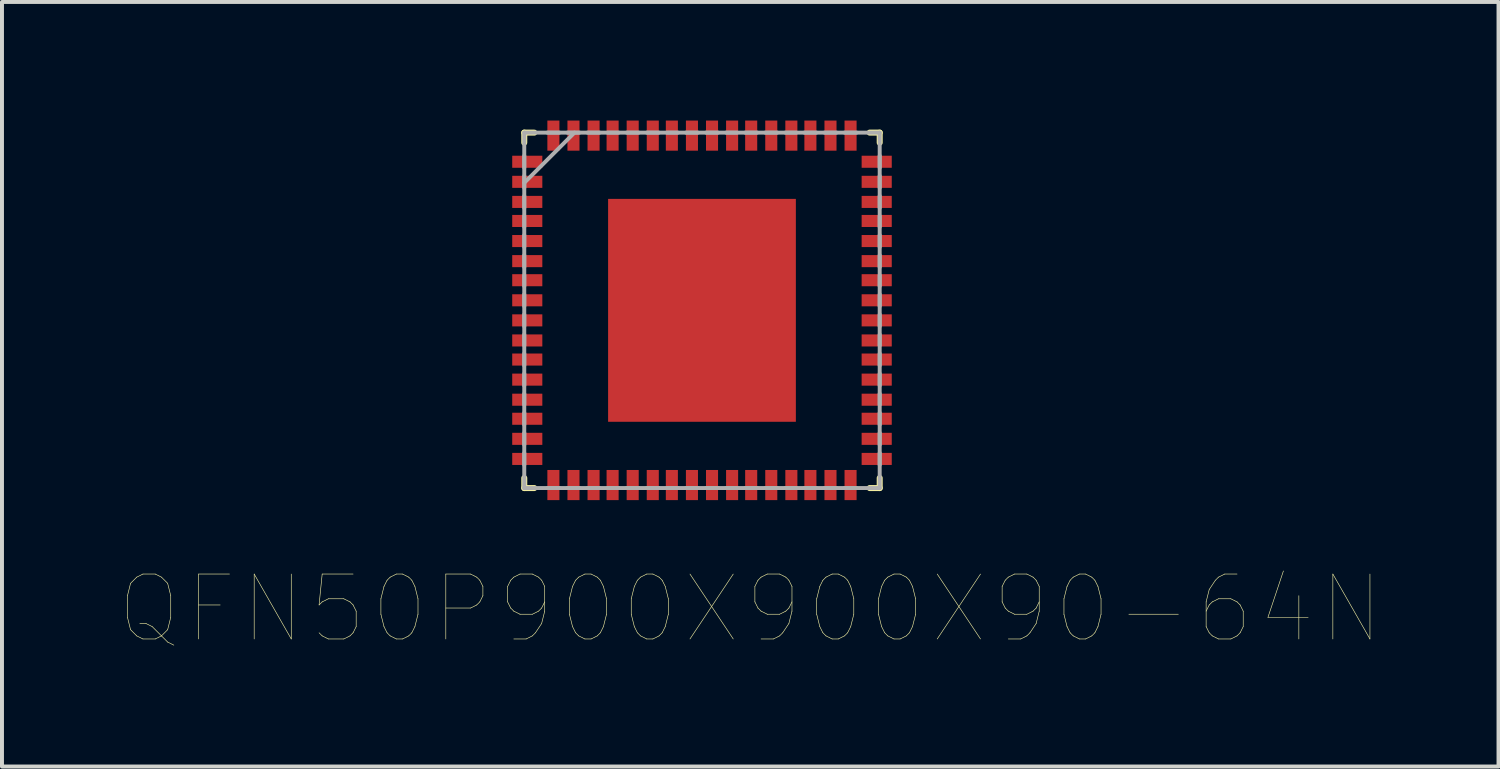
<source format=kicad_pcb>
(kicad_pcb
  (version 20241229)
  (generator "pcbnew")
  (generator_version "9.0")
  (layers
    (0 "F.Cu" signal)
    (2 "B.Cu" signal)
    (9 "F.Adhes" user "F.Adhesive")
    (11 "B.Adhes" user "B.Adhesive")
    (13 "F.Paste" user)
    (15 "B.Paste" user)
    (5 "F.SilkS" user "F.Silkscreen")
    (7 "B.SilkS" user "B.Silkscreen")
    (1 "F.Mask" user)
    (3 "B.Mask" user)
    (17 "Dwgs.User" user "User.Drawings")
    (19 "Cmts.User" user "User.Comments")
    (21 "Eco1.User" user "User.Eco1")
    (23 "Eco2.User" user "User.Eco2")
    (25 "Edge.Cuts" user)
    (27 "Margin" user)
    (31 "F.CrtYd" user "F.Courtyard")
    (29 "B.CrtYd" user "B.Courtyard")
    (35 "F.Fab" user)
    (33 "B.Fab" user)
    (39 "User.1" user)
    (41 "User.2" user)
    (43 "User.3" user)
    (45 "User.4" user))
  (footprint "QFN50P900X900X90-64N"
    (layer "F.Cu")
    (at 14.709 4.801)
    (property "Reference" "QFN50P900X900X90-64N" (at 1.221 7.555 0) (layer "F.SilkS") (effects (font (size 1.642 1.642) (thickness 0.015))))
    (attr through_hole)
    (fp_line (start -4.496 -4.496) (end -4.496 -4.242) (stroke (width 0.152) (type solid)) (layer "F.SilkS"))
    (fp_line (start -4.496 4.242) (end -4.496 4.496) (stroke (width 0.152) (type solid)) (layer "F.SilkS"))
    (fp_line (start -4.496 4.496) (end -4.242 4.496) (stroke (width 0.152) (type solid)) (layer "F.SilkS"))
    (fp_line (start -4.242 -4.496) (end -4.496 -4.496) (stroke (width 0.152) (type solid)) (layer "F.SilkS"))
    (fp_line (start 4.242 4.496) (end 4.496 4.496) (stroke (width 0.152) (type solid)) (layer "F.SilkS"))
    (fp_line (start 4.496 -4.496) (end 4.242 -4.496) (stroke (width 0.152) (type solid)) (layer "F.SilkS"))
    (fp_line (start 4.496 -4.242) (end 4.496 -4.496) (stroke (width 0.152) (type solid)) (layer "F.SilkS"))
    (fp_line (start 4.496 4.496) (end 4.496 4.242) (stroke (width 0.152) (type solid)) (layer "F.SilkS"))
    (fp_line (start -4.496 -4.496) (end -4.496 4.496) (stroke (width 0.1) (type solid)) (layer "F.Fab"))
    (fp_line (start -4.496 -3.912) (end -4.496 -3.607) (stroke (width 0.1) (type solid)) (layer "F.Fab"))
    (fp_line (start -4.496 -3.404) (end -4.496 -3.099) (stroke (width 0.1) (type solid)) (layer "F.Fab"))
    (fp_line (start -4.496 -3.226) (end -3.226 -4.496) (stroke (width 0.1) (type solid)) (layer "F.Fab"))
    (fp_line (start -4.496 -2.896) (end -4.496 -2.591) (stroke (width 0.1) (type solid)) (layer "F.Fab"))
    (fp_line (start -4.496 -2.388) (end -4.496 -2.108) (stroke (width 0.1) (type solid)) (layer "F.Fab"))
    (fp_line (start -4.496 -1.905) (end -4.496 -1.6) (stroke (width 0.1) (type solid)) (layer "F.Fab"))
    (fp_line (start -4.496 -1.397) (end -4.496 -1.092) (stroke (width 0.1) (type solid)) (layer "F.Fab"))
    (fp_line (start -4.496 -0.889) (end -4.496 -0.61) (stroke (width 0.1) (type solid)) (layer "F.Fab"))
    (fp_line (start -4.496 -0.406) (end -4.496 -0.102) (stroke (width 0.1) (type solid)) (layer "F.Fab"))
    (fp_line (start -4.496 0.102) (end -4.496 0.406) (stroke (width 0.1) (type solid)) (layer "F.Fab"))
    (fp_line (start -4.496 0.61) (end -4.496 0.889) (stroke (width 0.1) (type solid)) (layer "F.Fab"))
    (fp_line (start -4.496 1.092) (end -4.496 1.397) (stroke (width 0.1) (type solid)) (layer "F.Fab"))
    (fp_line (start -4.496 1.6) (end -4.496 1.905) (stroke (width 0.1) (type solid)) (layer "F.Fab"))
    (fp_line (start -4.496 2.108) (end -4.496 2.388) (stroke (width 0.1) (type solid)) (layer "F.Fab"))
    (fp_line (start -4.496 2.591) (end -4.496 2.896) (stroke (width 0.1) (type solid)) (layer "F.Fab"))
    (fp_line (start -4.496 3.099) (end -4.496 3.404) (stroke (width 0.1) (type solid)) (layer "F.Fab"))
    (fp_line (start -4.496 3.607) (end -4.496 3.912) (stroke (width 0.1) (type solid)) (layer "F.Fab"))
    (fp_line (start -4.496 4.496) (end 4.496 4.496) (stroke (width 0.1) (type solid)) (layer "F.Fab"))
    (fp_line (start -3.912 4.496) (end -3.607 4.496) (stroke (width 0.1) (type solid)) (layer "F.Fab"))
    (fp_line (start -3.607 -4.496) (end -3.912 -4.496) (stroke (width 0.1) (type solid)) (layer "F.Fab"))
    (fp_line (start -3.404 4.496) (end -3.099 4.496) (stroke (width 0.1) (type solid)) (layer "F.Fab"))
    (fp_line (start -3.099 -4.496) (end -3.404 -4.496) (stroke (width 0.1) (type solid)) (layer "F.Fab"))
    (fp_line (start -2.896 4.496) (end -2.591 4.496) (stroke (width 0.1) (type solid)) (layer "F.Fab"))
    (fp_line (start -2.591 -4.496) (end -2.896 -4.496) (stroke (width 0.1) (type solid)) (layer "F.Fab"))
    (fp_line (start -2.388 4.496) (end -2.108 4.496) (stroke (width 0.1) (type solid)) (layer "F.Fab"))
    (fp_line (start -2.108 -4.496) (end -2.388 -4.496) (stroke (width 0.1) (type solid)) (layer "F.Fab"))
    (fp_line (start -1.905 4.496) (end -1.6 4.496) (stroke (width 0.1) (type solid)) (layer "F.Fab"))
    (fp_line (start -1.6 -4.496) (end -1.905 -4.496) (stroke (width 0.1) (type solid)) (layer "F.Fab"))
    (fp_line (start -1.397 4.496) (end -1.092 4.496) (stroke (width 0.1) (type solid)) (layer "F.Fab"))
    (fp_line (start -1.092 -4.496) (end -1.397 -4.496) (stroke (width 0.1) (type solid)) (layer "F.Fab"))
    (fp_line (start -0.889 4.496) (end -0.61 4.496) (stroke (width 0.1) (type solid)) (layer "F.Fab"))
    (fp_line (start -0.61 -4.496) (end -0.889 -4.496) (stroke (width 0.1) (type solid)) (layer "F.Fab"))
    (fp_line (start -0.406 4.496) (end -0.102 4.496) (stroke (width 0.1) (type solid)) (layer "F.Fab"))
    (fp_line (start -0.102 -4.496) (end -0.406 -4.496) (stroke (width 0.1) (type solid)) (layer "F.Fab"))
    (fp_line (start 0.102 4.496) (end 0.406 4.496) (stroke (width 0.1) (type solid)) (layer "F.Fab"))
    (fp_line (start 0.406 -4.496) (end 0.102 -4.496) (stroke (width 0.1) (type solid)) (layer "F.Fab"))
    (fp_line (start 0.61 4.496) (end 0.889 4.496) (stroke (width 0.1) (type solid)) (layer "F.Fab"))
    (fp_line (start 0.889 -4.496) (end 0.61 -4.496) (stroke (width 0.1) (type solid)) (layer "F.Fab"))
    (fp_line (start 1.092 4.496) (end 1.397 4.496) (stroke (width 0.1) (type solid)) (layer "F.Fab"))
    (fp_line (start 1.397 -4.496) (end 1.092 -4.496) (stroke (width 0.1) (type solid)) (layer "F.Fab"))
    (fp_line (start 1.6 4.496) (end 1.905 4.496) (stroke (width 0.1) (type solid)) (layer "F.Fab"))
    (fp_line (start 1.905 -4.496) (end 1.6 -4.496) (stroke (width 0.1) (type solid)) (layer "F.Fab"))
    (fp_line (start 2.108 4.496) (end 2.388 4.496) (stroke (width 0.1) (type solid)) (layer "F.Fab"))
    (fp_line (start 2.388 -4.496) (end 2.108 -4.496) (stroke (width 0.1) (type solid)) (layer "F.Fab"))
    (fp_line (start 2.591 4.496) (end 2.896 4.496) (stroke (width 0.1) (type solid)) (layer "F.Fab"))
    (fp_line (start 2.896 -4.496) (end 2.591 -4.496) (stroke (width 0.1) (type solid)) (layer "F.Fab"))
    (fp_line (start 3.099 4.496) (end 3.404 4.496) (stroke (width 0.1) (type solid)) (layer "F.Fab"))
    (fp_line (start 3.404 -4.496) (end 3.099 -4.496) (stroke (width 0.1) (type solid)) (layer "F.Fab"))
    (fp_line (start 3.607 4.496) (end 3.912 4.496) (stroke (width 0.1) (type solid)) (layer "F.Fab"))
    (fp_line (start 3.912 -4.496) (end 3.607 -4.496) (stroke (width 0.1) (type solid)) (layer "F.Fab"))
    (fp_line (start 4.496 -4.496) (end -4.496 -4.496) (stroke (width 0.1) (type solid)) (layer "F.Fab"))
    (fp_line (start 4.496 -3.607) (end 4.496 -3.912) (stroke (width 0.1) (type solid)) (layer "F.Fab"))
    (fp_line (start 4.496 -3.099) (end 4.496 -3.404) (stroke (width 0.1) (type solid)) (layer "F.Fab"))
    (fp_line (start 4.496 -2.591) (end 4.496 -2.896) (stroke (width 0.1) (type solid)) (layer "F.Fab"))
    (fp_line (start 4.496 -2.108) (end 4.496 -2.388) (stroke (width 0.1) (type solid)) (layer "F.Fab"))
    (fp_line (start 4.496 -1.6) (end 4.496 -1.905) (stroke (width 0.1) (type solid)) (layer "F.Fab"))
    (fp_line (start 4.496 -1.092) (end 4.496 -1.397) (stroke (width 0.1) (type solid)) (layer "F.Fab"))
    (fp_line (start 4.496 -0.61) (end 4.496 -0.889) (stroke (width 0.1) (type solid)) (layer "F.Fab"))
    (fp_line (start 4.496 -0.102) (end 4.496 -0.406) (stroke (width 0.1) (type solid)) (layer "F.Fab"))
    (fp_line (start 4.496 0.406) (end 4.496 0.102) (stroke (width 0.1) (type solid)) (layer "F.Fab"))
    (fp_line (start 4.496 0.889) (end 4.496 0.61) (stroke (width 0.1) (type solid)) (layer "F.Fab"))
    (fp_line (start 4.496 1.397) (end 4.496 1.092) (stroke (width 0.1) (type solid)) (layer "F.Fab"))
    (fp_line (start 4.496 1.905) (end 4.496 1.6) (stroke (width 0.1) (type solid)) (layer "F.Fab"))
    (fp_line (start 4.496 2.388) (end 4.496 2.108) (stroke (width 0.1) (type solid)) (layer "F.Fab"))
    (fp_line (start 4.496 2.896) (end 4.496 2.591) (stroke (width 0.1) (type solid)) (layer "F.Fab"))
    (fp_line (start 4.496 3.404) (end 4.496 3.099) (stroke (width 0.1) (type solid)) (layer "F.Fab"))
    (fp_line (start 4.496 3.912) (end 4.496 3.607) (stroke (width 0.1) (type solid)) (layer "F.Fab"))
    (fp_line (start 4.496 4.496) (end 4.496 -4.496) (stroke (width 0.1) (type solid)) (layer "F.Fab"))
    (pad "1" smd rect (at -4.42 -3.759) (size 0.762 0.305) (layers "F.Cu" "F.Mask" "F.Paste"))
    (pad "2" smd rect (at -4.42 -3.251) (size 0.762 0.305) (layers "F.Cu" "F.Mask" "F.Paste"))
    (pad "3" smd rect (at -4.42 -2.743) (size 0.762 0.305) (layers "F.Cu" "F.Mask" "F.Paste"))
    (pad "4" smd rect (at -4.42 -2.261) (size 0.762 0.305) (layers "F.Cu" "F.Mask" "F.Paste"))
    (pad "5" smd rect (at -4.42 -1.753) (size 0.762 0.305) (layers "F.Cu" "F.Mask" "F.Paste"))
    (pad "6" smd rect (at -4.42 -1.245) (size 0.762 0.305) (layers "F.Cu" "F.Mask" "F.Paste"))
    (pad "7" smd rect (at -4.42 -0.762) (size 0.762 0.305) (layers "F.Cu" "F.Mask" "F.Paste"))
    (pad "8" smd rect (at -4.42 -0.254) (size 0.762 0.305) (layers "F.Cu" "F.Mask" "F.Paste"))
    (pad "9" smd rect (at -4.42 0.254) (size 0.762 0.305) (layers "F.Cu" "F.Mask" "F.Paste"))
    (pad "10" smd rect (at -4.42 0.762) (size 0.762 0.305) (layers "F.Cu" "F.Mask" "F.Paste"))
    (pad "11" smd rect (at -4.42 1.245) (size 0.762 0.305) (layers "F.Cu" "F.Mask" "F.Paste"))
    (pad "12" smd rect (at -4.42 1.753) (size 0.762 0.305) (layers "F.Cu" "F.Mask" "F.Paste"))
    (pad "13" smd rect (at -4.42 2.261) (size 0.762 0.305) (layers "F.Cu" "F.Mask" "F.Paste"))
    (pad "14" smd rect (at -4.42 2.743) (size 0.762 0.305) (layers "F.Cu" "F.Mask" "F.Paste"))
    (pad "15" smd rect (at -4.42 3.251) (size 0.762 0.305) (layers "F.Cu" "F.Mask" "F.Paste"))
    (pad "16" smd rect (at -4.42 3.759) (size 0.762 0.305) (layers "F.Cu" "F.Mask" "F.Paste"))
    (pad "17" smd rect (at -3.759 4.42) (size 0.305 0.762) (layers "F.Cu" "F.Mask" "F.Paste"))
    (pad "18" smd rect (at -3.251 4.42) (size 0.305 0.762) (layers "F.Cu" "F.Mask" "F.Paste"))
    (pad "19" smd rect (at -2.743 4.42) (size 0.305 0.762) (layers "F.Cu" "F.Mask" "F.Paste"))
    (pad "20" smd rect (at -2.261 4.42) (size 0.305 0.762) (layers "F.Cu" "F.Mask" "F.Paste"))
    (pad "21" smd rect (at -1.753 4.42) (size 0.305 0.762) (layers "F.Cu" "F.Mask" "F.Paste"))
    (pad "22" smd rect (at -1.245 4.42) (size 0.305 0.762) (layers "F.Cu" "F.Mask" "F.Paste"))
    (pad "23" smd rect (at -0.762 4.42) (size 0.305 0.762) (layers "F.Cu" "F.Mask" "F.Paste"))
    (pad "24" smd rect (at -0.254 4.42) (size 0.305 0.762) (layers "F.Cu" "F.Mask" "F.Paste"))
    (pad "25" smd rect (at 0.254 4.42) (size 0.305 0.762) (layers "F.Cu" "F.Mask" "F.Paste"))
    (pad "26" smd rect (at 0.762 4.42) (size 0.305 0.762) (layers "F.Cu" "F.Mask" "F.Paste"))
    (pad "27" smd rect (at 1.245 4.42) (size 0.305 0.762) (layers "F.Cu" "F.Mask" "F.Paste"))
    (pad "28" smd rect (at 1.753 4.42) (size 0.305 0.762) (layers "F.Cu" "F.Mask" "F.Paste"))
    (pad "29" smd rect (at 2.261 4.42) (size 0.305 0.762) (layers "F.Cu" "F.Mask" "F.Paste"))
    (pad "30" smd rect (at 2.743 4.42) (size 0.305 0.762) (layers "F.Cu" "F.Mask" "F.Paste"))
    (pad "31" smd rect (at 3.251 4.42) (size 0.305 0.762) (layers "F.Cu" "F.Mask" "F.Paste"))
    (pad "32" smd rect (at 3.759 4.42) (size 0.305 0.762) (layers "F.Cu" "F.Mask" "F.Paste"))
    (pad "33" smd rect (at 4.42 3.759) (size 0.762 0.305) (layers "F.Cu" "F.Mask" "F.Paste"))
    (pad "34" smd rect (at 4.42 3.251) (size 0.762 0.305) (layers "F.Cu" "F.Mask" "F.Paste"))
    (pad "35" smd rect (at 4.42 2.743) (size 0.762 0.305) (layers "F.Cu" "F.Mask" "F.Paste"))
    (pad "36" smd rect (at 4.42 2.261) (size 0.762 0.305) (layers "F.Cu" "F.Mask" "F.Paste"))
    (pad "37" smd rect (at 4.42 1.753) (size 0.762 0.305) (layers "F.Cu" "F.Mask" "F.Paste"))
    (pad "38" smd rect (at 4.42 1.245) (size 0.762 0.305) (layers "F.Cu" "F.Mask" "F.Paste"))
    (pad "39" smd rect (at 4.42 0.762) (size 0.762 0.305) (layers "F.Cu" "F.Mask" "F.Paste"))
    (pad "40" smd rect (at 4.42 0.254) (size 0.762 0.305) (layers "F.Cu" "F.Mask" "F.Paste"))
    (pad "41" smd rect (at 4.42 -0.254) (size 0.762 0.305) (layers "F.Cu" "F.Mask" "F.Paste"))
    (pad "42" smd rect (at 4.42 -0.762) (size 0.762 0.305) (layers "F.Cu" "F.Mask" "F.Paste"))
    (pad "43" smd rect (at 4.42 -1.245) (size 0.762 0.305) (layers "F.Cu" "F.Mask" "F.Paste"))
    (pad "44" smd rect (at 4.42 -1.753) (size 0.762 0.305) (layers "F.Cu" "F.Mask" "F.Paste"))
    (pad "45" smd rect (at 4.42 -2.261) (size 0.762 0.305) (layers "F.Cu" "F.Mask" "F.Paste"))
    (pad "46" smd rect (at 4.42 -2.743) (size 0.762 0.305) (layers "F.Cu" "F.Mask" "F.Paste"))
    (pad "47" smd rect (at 4.42 -3.251) (size 0.762 0.305) (layers "F.Cu" "F.Mask" "F.Paste"))
    (pad "48" smd rect (at 4.42 -3.759) (size 0.762 0.305) (layers "F.Cu" "F.Mask" "F.Paste"))
    (pad "49" smd rect (at 3.759 -4.42) (size 0.305 0.762) (layers "F.Cu" "F.Mask" "F.Paste"))
    (pad "50" smd rect (at 3.251 -4.42) (size 0.305 0.762) (layers "F.Cu" "F.Mask" "F.Paste"))
    (pad "51" smd rect (at 2.743 -4.42) (size 0.305 0.762) (layers "F.Cu" "F.Mask" "F.Paste"))
    (pad "52" smd rect (at 2.261 -4.42) (size 0.305 0.762) (layers "F.Cu" "F.Mask" "F.Paste"))
    (pad "53" smd rect (at 1.753 -4.42) (size 0.305 0.762) (layers "F.Cu" "F.Mask" "F.Paste"))
    (pad "54" smd rect (at 1.245 -4.42) (size 0.305 0.762) (layers "F.Cu" "F.Mask" "F.Paste"))
    (pad "55" smd rect (at 0.762 -4.42) (size 0.305 0.762) (layers "F.Cu" "F.Mask" "F.Paste"))
    (pad "56" smd rect (at 0.254 -4.42) (size 0.305 0.762) (layers "F.Cu" "F.Mask" "F.Paste"))
    (pad "57" smd rect (at -0.254 -4.42) (size 0.305 0.762) (layers "F.Cu" "F.Mask" "F.Paste"))
    (pad "58" smd rect (at -0.762 -4.42) (size 0.305 0.762) (layers "F.Cu" "F.Mask" "F.Paste"))
    (pad "59" smd rect (at -1.245 -4.42) (size 0.305 0.762) (layers "F.Cu" "F.Mask" "F.Paste"))
    (pad "60" smd rect (at -1.753 -4.42) (size 0.305 0.762) (layers "F.Cu" "F.Mask" "F.Paste"))
    (pad "61" smd rect (at -2.261 -4.42) (size 0.305 0.762) (layers "F.Cu" "F.Mask" "F.Paste"))
    (pad "62" smd rect (at -2.743 -4.42) (size 0.305 0.762) (layers "F.Cu" "F.Mask" "F.Paste"))
    (pad "63" smd rect (at -3.251 -4.42) (size 0.305 0.762) (layers "F.Cu" "F.Mask" "F.Paste"))
    (pad "64" smd rect (at -3.759 -4.42) (size 0.305 0.762) (layers "F.Cu" "F.Mask" "F.Paste"))
    (pad "65" smd rect (at 0 0) (size 4.75 5.639) (layers "F.Cu" "F.Mask" "F.Paste")))
  (gr_rect
    (start -3 -3)
    (end 34.86 16.342)
    (stroke (width 0.1) (type default))
    (fill no)
    (layer "Edge.Cuts")))
</source>
